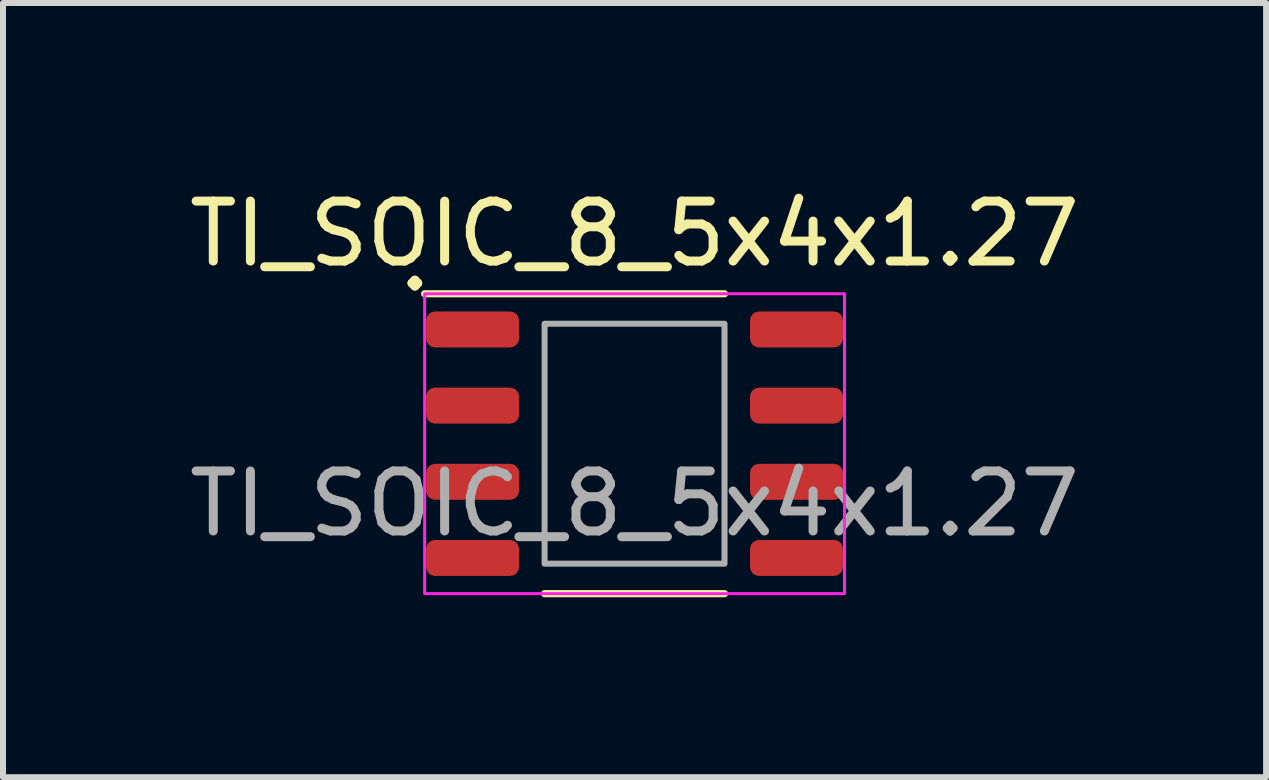
<source format=kicad_pcb>
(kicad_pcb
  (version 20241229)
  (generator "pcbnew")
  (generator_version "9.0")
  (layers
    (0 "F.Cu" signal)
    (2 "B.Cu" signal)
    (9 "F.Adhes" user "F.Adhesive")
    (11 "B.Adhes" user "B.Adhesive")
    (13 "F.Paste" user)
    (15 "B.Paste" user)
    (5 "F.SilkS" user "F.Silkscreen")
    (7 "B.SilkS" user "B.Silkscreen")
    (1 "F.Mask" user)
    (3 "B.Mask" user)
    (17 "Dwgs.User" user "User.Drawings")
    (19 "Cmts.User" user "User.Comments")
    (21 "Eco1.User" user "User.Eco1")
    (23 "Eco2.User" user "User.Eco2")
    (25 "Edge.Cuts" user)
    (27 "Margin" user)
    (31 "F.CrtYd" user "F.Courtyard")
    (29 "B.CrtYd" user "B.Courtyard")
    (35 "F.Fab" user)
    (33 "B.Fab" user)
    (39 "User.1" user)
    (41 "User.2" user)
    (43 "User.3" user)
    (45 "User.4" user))
  (footprint "TI_SOIC_8_5x4x1.27"
    (layer "F.Cu")
    (at 7.53 4.348)
    (property "Reference" "TI_SOIC_8_5x4x1.27" (at 0 -3.5 0) (unlocked yes) (layer "F.SilkS") (effects (font (size 1 1) (thickness 0.15))))
    (attr smd)
    (fp_line (start -3.5 -2.5) (end 1.5 -2.5) (stroke (width 0.12) (type default)) (layer "F.SilkS"))
    (fp_line (start -1.5 2.5) (end 1.5 2.5) (stroke (width 0.12) (type default)) (layer "F.SilkS"))
    (fp_rect (start -3.5 -2.5) (end 3.5 2.5) (stroke (width 0.05) (type default)) (fill no) (layer "F.CrtYd"))
    (fp_rect (start -1.5 -2) (end 1.5 2) (stroke (width 0.1) (type default)) (fill no) (layer "F.Fab"))
    (fp_text user "." (at -4 -2.5 0) (unlocked yes) (layer "F.SilkS") (effects (font (size 1 1) (thickness 0.15)) (justify left bottom)))
    (fp_text user "${REFERENCE}" (at 0 1 0) (unlocked yes) (layer "F.Fab") (effects (font (size 1 1) (thickness 0.15))))
    (pad "1" smd roundrect (at -2.7 -1.905) (size 1.55 0.6) (layers "F.Cu" "F.Mask" "F.Paste") (roundrect_rratio 0.25))
    (pad "2" smd roundrect (at -2.7 -0.635) (size 1.55 0.6) (layers "F.Cu" "F.Mask" "F.Paste") (roundrect_rratio 0.25))
    (pad "3" smd roundrect (at -2.7 0.635) (size 1.55 0.6) (layers "F.Cu" "F.Mask" "F.Paste") (roundrect_rratio 0.25))
    (pad "4" smd roundrect (at -2.7 1.905) (size 1.55 0.6) (layers "F.Cu" "F.Mask" "F.Paste") (roundrect_rratio 0.25))
    (pad "5" smd roundrect (at 2.7 1.905) (size 1.55 0.6) (layers "F.Cu" "F.Mask" "F.Paste") (roundrect_rratio 0.25))
    (pad "6" smd roundrect (at 2.7 0.635) (size 1.55 0.6) (layers "F.Cu" "F.Mask" "F.Paste") (roundrect_rratio 0.25))
    (pad "7" smd roundrect (at 2.7 -0.635) (size 1.55 0.6) (layers "F.Cu" "F.Mask" "F.Paste") (roundrect_rratio 0.25))
    (pad "8" smd roundrect (at 2.7 -1.905) (size 1.55 0.6) (layers "F.Cu" "F.Mask" "F.Paste") (roundrect_rratio 0.25)))
  (gr_rect
    (start -3 -3)
    (end 18.06 9.908)
    (stroke (width 0.1) (type default))
    (fill no)
    (layer "Edge.Cuts")))
</source>
